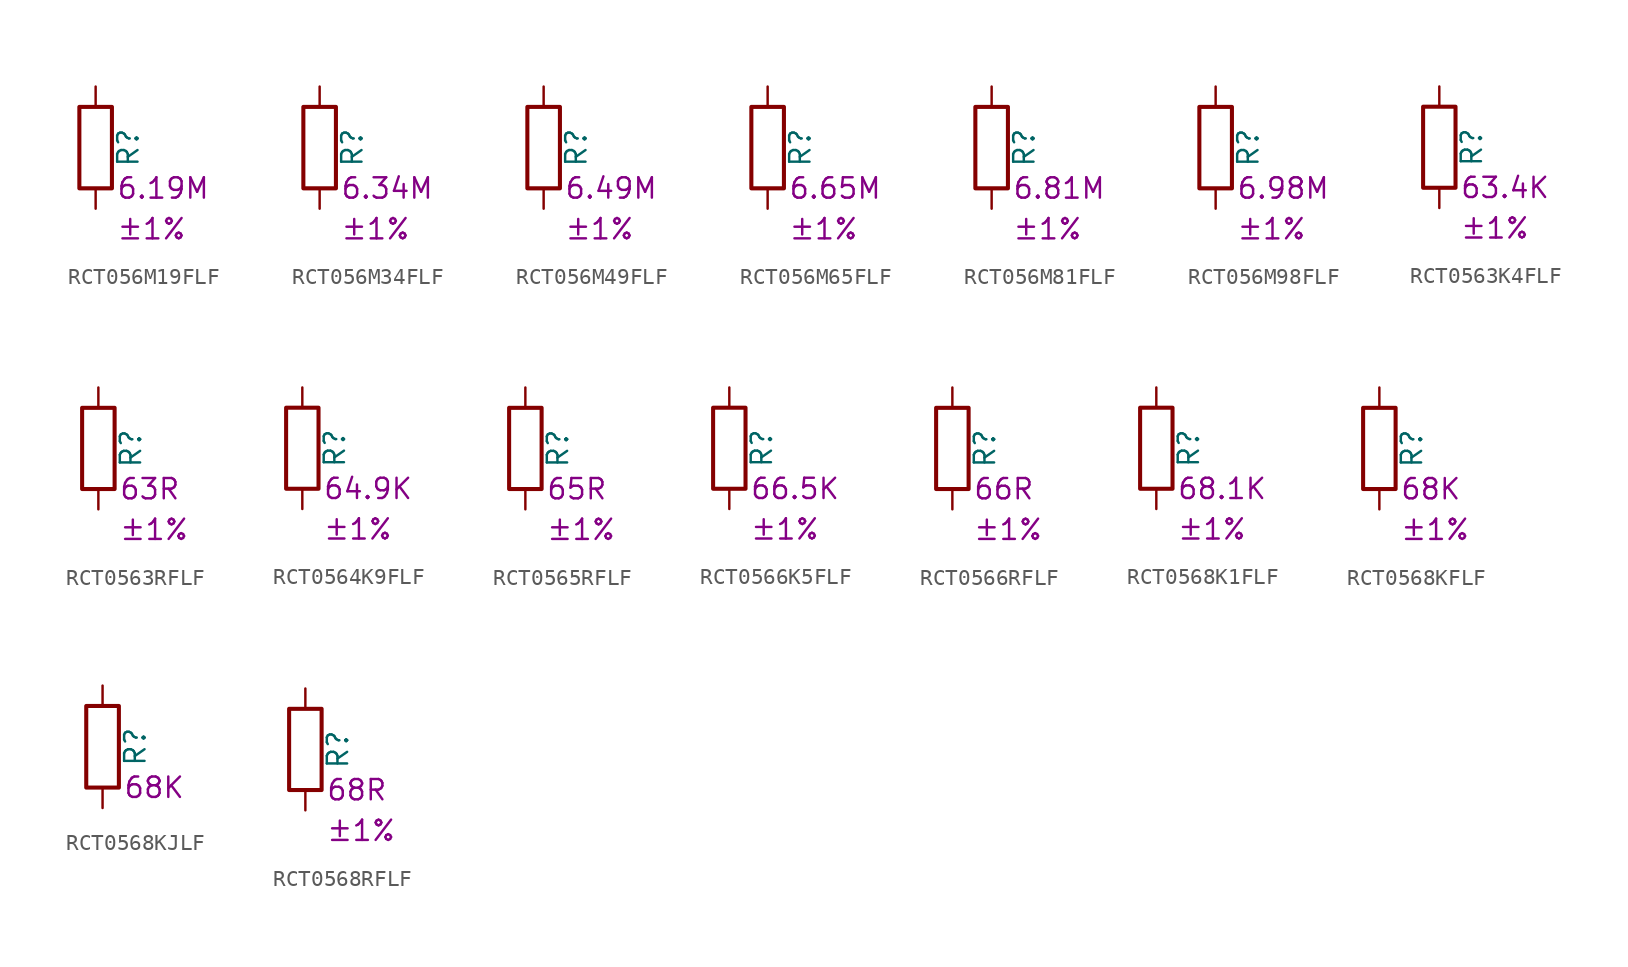
<source format=kicad_sym>
(kicad_symbol_lib
  (version 20220914)
  (generator kicad_symbol_editor)
  (symbol "RCT056M19FLF"
    (pin_numbers hide)
    (pin_names
      (offset 0))
    (property "Reference" "R"
      (at 2.032 0 90)
      (effects (font (size 1.27 1.27))))
    (property "Resistance" "6.19M"
      (at 1.27 -2.54 0)
      (effects (font (size 1.27 1.27)) (justify left)))
    (property "Tolerance" "±1%"
      (at 1.27 -5.08 0)
      (effects (font (size 1.27 1.27)) (justify left)))
    (symbol "RCT056M19FLF_0_1"
      (rectangle (start -1.016 -2.54) (end 1.016 2.54) (stroke (width 0.254) (type default)) (fill (type none))))
    (symbol "RCT056M19FLF_1_1"
      (pin passive line (at 0 3.81 270) (length 1.27) (name "~" (effects (font (size 1.27 1.27)))) (number "1" (effects (font (size 1.27 1.27)))))
      (pin passive line (at 0 -3.81 90) (length 1.27) (name "~" (effects (font (size 1.27 1.27)))) (number "2" (effects (font (size 1.27 1.27)))))))
  (symbol "RCT056M34FLF"
    (pin_numbers hide)
    (pin_names
      (offset 0))
    (property "Reference" "R"
      (at 2.032 0 90)
      (effects (font (size 1.27 1.27))))
    (property "Resistance" "6.34M"
      (at 1.27 -2.54 0)
      (effects (font (size 1.27 1.27)) (justify left)))
    (property "Tolerance" "±1%"
      (at 1.27 -5.08 0)
      (effects (font (size 1.27 1.27)) (justify left)))
    (symbol "RCT056M34FLF_0_1"
      (rectangle (start -1.016 -2.54) (end 1.016 2.54) (stroke (width 0.254) (type default)) (fill (type none))))
    (symbol "RCT056M34FLF_1_1"
      (pin passive line (at 0 3.81 270) (length 1.27) (name "~" (effects (font (size 1.27 1.27)))) (number "1" (effects (font (size 1.27 1.27)))))
      (pin passive line (at 0 -3.81 90) (length 1.27) (name "~" (effects (font (size 1.27 1.27)))) (number "2" (effects (font (size 1.27 1.27)))))))
  (symbol "RCT056M49FLF"
    (pin_numbers hide)
    (pin_names
      (offset 0))
    (property "Reference" "R"
      (at 2.032 0 90)
      (effects (font (size 1.27 1.27))))
    (property "Resistance" "6.49M"
      (at 1.27 -2.54 0)
      (effects (font (size 1.27 1.27)) (justify left)))
    (property "Tolerance" "±1%"
      (at 1.27 -5.08 0)
      (effects (font (size 1.27 1.27)) (justify left)))
    (symbol "RCT056M49FLF_0_1"
      (rectangle (start -1.016 -2.54) (end 1.016 2.54) (stroke (width 0.254) (type default)) (fill (type none))))
    (symbol "RCT056M49FLF_1_1"
      (pin passive line (at 0 3.81 270) (length 1.27) (name "~" (effects (font (size 1.27 1.27)))) (number "1" (effects (font (size 1.27 1.27)))))
      (pin passive line (at 0 -3.81 90) (length 1.27) (name "~" (effects (font (size 1.27 1.27)))) (number "2" (effects (font (size 1.27 1.27)))))))
  (symbol "RCT056M65FLF"
    (pin_numbers hide)
    (pin_names
      (offset 0))
    (property "Reference" "R"
      (at 2.032 0 90)
      (effects (font (size 1.27 1.27))))
    (property "Resistance" "6.65M"
      (at 1.27 -2.54 0)
      (effects (font (size 1.27 1.27)) (justify left)))
    (property "Tolerance" "±1%"
      (at 1.27 -5.08 0)
      (effects (font (size 1.27 1.27)) (justify left)))
    (symbol "RCT056M65FLF_0_1"
      (rectangle (start -1.016 -2.54) (end 1.016 2.54) (stroke (width 0.254) (type default)) (fill (type none))))
    (symbol "RCT056M65FLF_1_1"
      (pin passive line (at 0 3.81 270) (length 1.27) (name "~" (effects (font (size 1.27 1.27)))) (number "1" (effects (font (size 1.27 1.27)))))
      (pin passive line (at 0 -3.81 90) (length 1.27) (name "~" (effects (font (size 1.27 1.27)))) (number "2" (effects (font (size 1.27 1.27)))))))
  (symbol "RCT056M81FLF"
    (pin_numbers hide)
    (pin_names
      (offset 0))
    (property "Reference" "R"
      (at 2.032 0 90)
      (effects (font (size 1.27 1.27))))
    (property "Resistance" "6.81M"
      (at 1.27 -2.54 0)
      (effects (font (size 1.27 1.27)) (justify left)))
    (property "Tolerance" "±1%"
      (at 1.27 -5.08 0)
      (effects (font (size 1.27 1.27)) (justify left)))
    (symbol "RCT056M81FLF_0_1"
      (rectangle (start -1.016 -2.54) (end 1.016 2.54) (stroke (width 0.254) (type default)) (fill (type none))))
    (symbol "RCT056M81FLF_1_1"
      (pin passive line (at 0 3.81 270) (length 1.27) (name "~" (effects (font (size 1.27 1.27)))) (number "1" (effects (font (size 1.27 1.27)))))
      (pin passive line (at 0 -3.81 90) (length 1.27) (name "~" (effects (font (size 1.27 1.27)))) (number "2" (effects (font (size 1.27 1.27)))))))
  (symbol "RCT056M98FLF"
    (pin_numbers hide)
    (pin_names
      (offset 0))
    (property "Reference" "R"
      (at 2.032 0 90)
      (effects (font (size 1.27 1.27))))
    (property "Resistance" "6.98M"
      (at 1.27 -2.54 0)
      (effects (font (size 1.27 1.27)) (justify left)))
    (property "Tolerance" "±1%"
      (at 1.27 -5.08 0)
      (effects (font (size 1.27 1.27)) (justify left)))
    (symbol "RCT056M98FLF_0_1"
      (rectangle (start -1.016 -2.54) (end 1.016 2.54) (stroke (width 0.254) (type default)) (fill (type none))))
    (symbol "RCT056M98FLF_1_1"
      (pin passive line (at 0 3.81 270) (length 1.27) (name "~" (effects (font (size 1.27 1.27)))) (number "1" (effects (font (size 1.27 1.27)))))
      (pin passive line (at 0 -3.81 90) (length 1.27) (name "~" (effects (font (size 1.27 1.27)))) (number "2" (effects (font (size 1.27 1.27)))))))
  (symbol "RCT0563K4FLF"
    (pin_numbers hide)
    (pin_names
      (offset 0))
    (property "Reference" "R"
      (at 2.032 0 90)
      (effects (font (size 1.27 1.27))))
    (property "Resistance" "63.4K"
      (at 1.27 -2.54 0)
      (effects (font (size 1.27 1.27)) (justify left)))
    (property "Tolerance" "±1%"
      (at 1.27 -5.08 0)
      (effects (font (size 1.27 1.27)) (justify left)))
    (symbol "RCT0563K4FLF_0_1"
      (rectangle (start -1.016 -2.54) (end 1.016 2.54) (stroke (width 0.254) (type default)) (fill (type none))))
    (symbol "RCT0563K4FLF_1_1"
      (pin passive line (at 0 3.81 270) (length 1.27) (name "~" (effects (font (size 1.27 1.27)))) (number "1" (effects (font (size 1.27 1.27)))))
      (pin passive line (at 0 -3.81 90) (length 1.27) (name "~" (effects (font (size 1.27 1.27)))) (number "2" (effects (font (size 1.27 1.27)))))))
  (symbol "RCT0563RFLF"
    (pin_numbers hide)
    (pin_names
      (offset 0))
    (property "Reference" "R"
      (at 2.032 0 90)
      (effects (font (size 1.27 1.27))))
    (property "Resistance" "63R"
      (at 1.27 -2.54 0)
      (effects (font (size 1.27 1.27)) (justify left)))
    (property "Tolerance" "±1%"
      (at 1.27 -5.08 0)
      (effects (font (size 1.27 1.27)) (justify left)))
    (symbol "RCT0563RFLF_0_1"
      (rectangle (start -1.016 -2.54) (end 1.016 2.54) (stroke (width 0.254) (type default)) (fill (type none))))
    (symbol "RCT0563RFLF_1_1"
      (pin passive line (at 0 3.81 270) (length 1.27) (name "~" (effects (font (size 1.27 1.27)))) (number "1" (effects (font (size 1.27 1.27)))))
      (pin passive line (at 0 -3.81 90) (length 1.27) (name "~" (effects (font (size 1.27 1.27)))) (number "2" (effects (font (size 1.27 1.27)))))))
  (symbol "RCT0564K9FLF"
    (pin_numbers hide)
    (pin_names
      (offset 0))
    (property "Reference" "R"
      (at 2.032 0 90)
      (effects (font (size 1.27 1.27))))
    (property "Resistance" "64.9K"
      (at 1.27 -2.54 0)
      (effects (font (size 1.27 1.27)) (justify left)))
    (property "Tolerance" "±1%"
      (at 1.27 -5.08 0)
      (effects (font (size 1.27 1.27)) (justify left)))
    (symbol "RCT0564K9FLF_0_1"
      (rectangle (start -1.016 -2.54) (end 1.016 2.54) (stroke (width 0.254) (type default)) (fill (type none))))
    (symbol "RCT0564K9FLF_1_1"
      (pin passive line (at 0 3.81 270) (length 1.27) (name "~" (effects (font (size 1.27 1.27)))) (number "1" (effects (font (size 1.27 1.27)))))
      (pin passive line (at 0 -3.81 90) (length 1.27) (name "~" (effects (font (size 1.27 1.27)))) (number "2" (effects (font (size 1.27 1.27)))))))
  (symbol "RCT0565RFLF"
    (pin_numbers hide)
    (pin_names
      (offset 0))
    (property "Reference" "R"
      (at 2.032 0 90)
      (effects (font (size 1.27 1.27))))
    (property "Resistance" "65R"
      (at 1.27 -2.54 0)
      (effects (font (size 1.27 1.27)) (justify left)))
    (property "Tolerance" "±1%"
      (at 1.27 -5.08 0)
      (effects (font (size 1.27 1.27)) (justify left)))
    (symbol "RCT0565RFLF_0_1"
      (rectangle (start -1.016 -2.54) (end 1.016 2.54) (stroke (width 0.254) (type default)) (fill (type none))))
    (symbol "RCT0565RFLF_1_1"
      (pin passive line (at 0 3.81 270) (length 1.27) (name "~" (effects (font (size 1.27 1.27)))) (number "1" (effects (font (size 1.27 1.27)))))
      (pin passive line (at 0 -3.81 90) (length 1.27) (name "~" (effects (font (size 1.27 1.27)))) (number "2" (effects (font (size 1.27 1.27)))))))
  (symbol "RCT0566K5FLF"
    (pin_numbers hide)
    (pin_names
      (offset 0))
    (property "Reference" "R"
      (at 2.032 0 90)
      (effects (font (size 1.27 1.27))))
    (property "Resistance" "66.5K"
      (at 1.27 -2.54 0)
      (effects (font (size 1.27 1.27)) (justify left)))
    (property "Tolerance" "±1%"
      (at 1.27 -5.08 0)
      (effects (font (size 1.27 1.27)) (justify left)))
    (symbol "RCT0566K5FLF_0_1"
      (rectangle (start -1.016 -2.54) (end 1.016 2.54) (stroke (width 0.254) (type default)) (fill (type none))))
    (symbol "RCT0566K5FLF_1_1"
      (pin passive line (at 0 3.81 270) (length 1.27) (name "~" (effects (font (size 1.27 1.27)))) (number "1" (effects (font (size 1.27 1.27)))))
      (pin passive line (at 0 -3.81 90) (length 1.27) (name "~" (effects (font (size 1.27 1.27)))) (number "2" (effects (font (size 1.27 1.27)))))))
  (symbol "RCT0566RFLF"
    (pin_numbers hide)
    (pin_names
      (offset 0))
    (property "Reference" "R"
      (at 2.032 0 90)
      (effects (font (size 1.27 1.27))))
    (property "Resistance" "66R"
      (at 1.27 -2.54 0)
      (effects (font (size 1.27 1.27)) (justify left)))
    (property "Tolerance" "±1%"
      (at 1.27 -5.08 0)
      (effects (font (size 1.27 1.27)) (justify left)))
    (symbol "RCT0566RFLF_0_1"
      (rectangle (start -1.016 -2.54) (end 1.016 2.54) (stroke (width 0.254) (type default)) (fill (type none))))
    (symbol "RCT0566RFLF_1_1"
      (pin passive line (at 0 3.81 270) (length 1.27) (name "~" (effects (font (size 1.27 1.27)))) (number "1" (effects (font (size 1.27 1.27)))))
      (pin passive line (at 0 -3.81 90) (length 1.27) (name "~" (effects (font (size 1.27 1.27)))) (number "2" (effects (font (size 1.27 1.27)))))))
  (symbol "RCT0568K1FLF"
    (pin_numbers hide)
    (pin_names
      (offset 0))
    (property "Reference" "R"
      (at 2.032 0 90)
      (effects (font (size 1.27 1.27))))
    (property "Resistance" "68.1K"
      (at 1.27 -2.54 0)
      (effects (font (size 1.27 1.27)) (justify left)))
    (property "Tolerance" "±1%"
      (at 1.27 -5.08 0)
      (effects (font (size 1.27 1.27)) (justify left)))
    (symbol "RCT0568K1FLF_0_1"
      (rectangle (start -1.016 -2.54) (end 1.016 2.54) (stroke (width 0.254) (type default)) (fill (type none))))
    (symbol "RCT0568K1FLF_1_1"
      (pin passive line (at 0 3.81 270) (length 1.27) (name "~" (effects (font (size 1.27 1.27)))) (number "1" (effects (font (size 1.27 1.27)))))
      (pin passive line (at 0 -3.81 90) (length 1.27) (name "~" (effects (font (size 1.27 1.27)))) (number "2" (effects (font (size 1.27 1.27)))))))
  (symbol "RCT0568KFLF"
    (pin_numbers hide)
    (pin_names
      (offset 0))
    (property "Reference" "R"
      (at 2.032 0 90)
      (effects (font (size 1.27 1.27))))
    (property "Resistance" "68K"
      (at 1.27 -2.54 0)
      (effects (font (size 1.27 1.27)) (justify left)))
    (property "Tolerance" "±1%"
      (at 1.27 -5.08 0)
      (effects (font (size 1.27 1.27)) (justify left)))
    (symbol "RCT0568KFLF_0_1"
      (rectangle (start -1.016 -2.54) (end 1.016 2.54) (stroke (width 0.254) (type default)) (fill (type none))))
    (symbol "RCT0568KFLF_1_1"
      (pin passive line (at 0 3.81 270) (length 1.27) (name "~" (effects (font (size 1.27 1.27)))) (number "1" (effects (font (size 1.27 1.27)))))
      (pin passive line (at 0 -3.81 90) (length 1.27) (name "~" (effects (font (size 1.27 1.27)))) (number "2" (effects (font (size 1.27 1.27)))))))
  (symbol "RCT0568KJLF"
    (pin_numbers hide)
    (pin_names
      (offset 0))
    (property "Reference" "R"
      (at 2.032 0 90)
      (effects (font (size 1.27 1.27))))
    (property "Resistance" "68K"
      (at 1.27 -2.54 0)
      (effects (font (size 1.27 1.27)) (justify left)))
    (symbol "RCT0568KJLF_0_1"
      (rectangle (start -1.016 -2.54) (end 1.016 2.54) (stroke (width 0.254) (type default)) (fill (type none))))
    (symbol "RCT0568KJLF_1_1"
      (pin passive line (at 0 3.81 270) (length 1.27) (name "~" (effects (font (size 1.27 1.27)))) (number "1" (effects (font (size 1.27 1.27)))))
      (pin passive line (at 0 -3.81 90) (length 1.27) (name "~" (effects (font (size 1.27 1.27)))) (number "2" (effects (font (size 1.27 1.27)))))))
  (symbol "RCT0568RFLF"
    (pin_numbers hide)
    (pin_names
      (offset 0))
    (property "Reference" "R"
      (at 2.032 0 90)
      (effects (font (size 1.27 1.27))))
    (property "Resistance" "68R"
      (at 1.27 -2.54 0)
      (effects (font (size 1.27 1.27)) (justify left)))
    (property "Tolerance" "±1%"
      (at 1.27 -5.08 0)
      (effects (font (size 1.27 1.27)) (justify left)))
    (symbol "RCT0568RFLF_0_1"
      (rectangle (start -1.016 -2.54) (end 1.016 2.54) (stroke (width 0.254) (type default)) (fill (type none))))
    (symbol "RCT0568RFLF_1_1"
      (pin passive line (at 0 3.81 270) (length 1.27) (name "~" (effects (font (size 1.27 1.27)))) (number "1" (effects (font (size 1.27 1.27)))))
      (pin passive line (at 0 -3.81 90) (length 1.27) (name "~" (effects (font (size 1.27 1.27)))) (number "2" (effects (font (size 1.27 1.27))))))))
</source>
